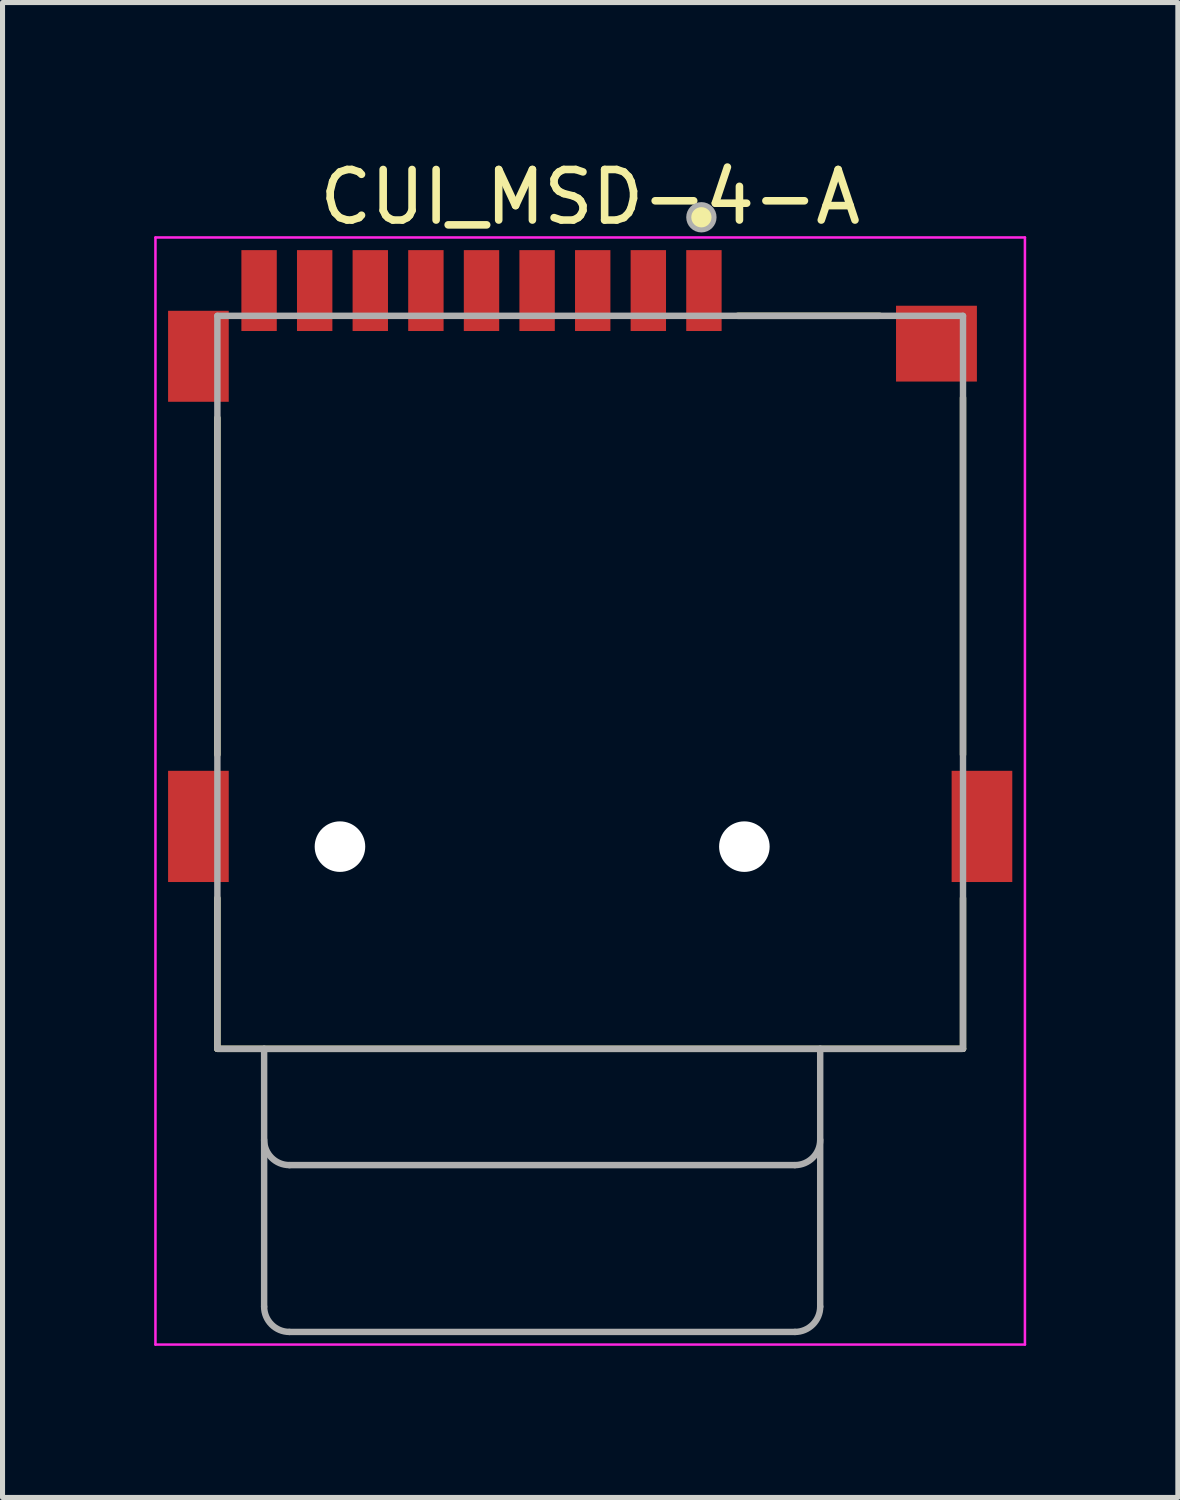
<source format=kicad_pcb>
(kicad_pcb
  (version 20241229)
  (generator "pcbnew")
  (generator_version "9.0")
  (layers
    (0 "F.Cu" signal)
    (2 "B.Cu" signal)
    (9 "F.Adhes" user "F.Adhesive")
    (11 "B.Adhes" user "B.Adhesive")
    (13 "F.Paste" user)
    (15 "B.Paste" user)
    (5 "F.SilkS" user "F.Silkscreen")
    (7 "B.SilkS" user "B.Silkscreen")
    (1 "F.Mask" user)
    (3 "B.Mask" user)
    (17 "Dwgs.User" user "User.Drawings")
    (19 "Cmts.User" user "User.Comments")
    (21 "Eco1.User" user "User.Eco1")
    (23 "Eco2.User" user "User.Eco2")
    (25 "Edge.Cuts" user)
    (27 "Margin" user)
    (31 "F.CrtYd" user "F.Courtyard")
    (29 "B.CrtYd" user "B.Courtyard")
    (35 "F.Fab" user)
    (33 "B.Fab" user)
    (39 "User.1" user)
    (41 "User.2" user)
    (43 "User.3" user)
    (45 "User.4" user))
  (footprint "CUI_MSD-4-A"
    (layer "F.Cu")
    (at 8.625 10.448)
    (property "Reference" "CUI_MSD-4-A" (at 0 -9.6 0) (layer "F.SilkS") (effects (font (size 1 1) (thickness 0.15))))
    (attr smd)
    (fp_line (start -7.375 -5.23) (end -7.375 1.43) (stroke (width 0.127) (type solid)) (layer "F.SilkS"))
    (fp_line (start -7.375 4.27) (end -7.375 7.25) (stroke (width 0.127) (type solid)) (layer "F.SilkS"))
    (fp_line (start -7.375 7.25) (end 7.375 7.25) (stroke (width 0.127) (type solid)) (layer "F.SilkS"))
    (fp_line (start 5.73 -7.25) (end 2.92 -7.25) (stroke (width 0.127) (type solid)) (layer "F.SilkS"))
    (fp_line (start 7.375 -5.63) (end 7.375 1.43) (stroke (width 0.127) (type solid)) (layer "F.SilkS"))
    (fp_line (start 7.375 4.27) (end 7.375 7.25) (stroke (width 0.127) (type solid)) (layer "F.SilkS"))
    (fp_circle (center 2.2 -9.2) (end 2.45 -9.2) (stroke (width 0) (type solid)) (fill yes) (layer "F.SilkS"))
    (fp_line (start -8.6 -8.8) (end 8.6 -8.8) (stroke (width 0.05) (type solid)) (layer "F.CrtYd"))
    (fp_line (start -8.6 13.1) (end -8.6 -8.8) (stroke (width 0.05) (type solid)) (layer "F.CrtYd"))
    (fp_line (start 8.6 -8.8) (end 8.6 13.1) (stroke (width 0.05) (type solid)) (layer "F.CrtYd"))
    (fp_line (start 8.6 13.1) (end -8.6 13.1) (stroke (width 0.05) (type solid)) (layer "F.CrtYd"))
    (fp_line (start -7.375 -7.25) (end -7.375 7.25) (stroke (width 0.127) (type solid)) (layer "F.Fab"))
    (fp_line (start -7.375 7.25) (end -6.45 7.25) (stroke (width 0.127) (type solid)) (layer "F.Fab"))
    (fp_line (start -6.45 7.25) (end -6.45 12.35) (stroke (width 0.127) (type solid)) (layer "F.Fab"))
    (fp_line (start -6.45 7.25) (end 4.55 7.25) (stroke (width 0.127) (type solid)) (layer "F.Fab"))
    (fp_line (start -5.95 9.55) (end 4.05 9.55) (stroke (width 0.127) (type solid)) (layer "F.Fab"))
    (fp_line (start -5.95 12.85) (end 4.05 12.85) (stroke (width 0.127) (type solid)) (layer "F.Fab"))
    (fp_line (start 4.55 7.25) (end 7.375 7.25) (stroke (width 0.127) (type solid)) (layer "F.Fab"))
    (fp_line (start 4.55 12.35) (end 4.55 7.25) (stroke (width 0.127) (type solid)) (layer "F.Fab"))
    (fp_line (start 7.375 -7.25) (end -7.375 -7.25) (stroke (width 0.127) (type solid)) (layer "F.Fab"))
    (fp_line (start 7.375 7.25) (end 7.375 -7.25) (stroke (width 0.127) (type solid)) (layer "F.Fab"))
    (fp_arc (start -5.95 9.55) (mid -6.303553 9.403553) (end -6.45 9.05) (stroke (width 0.127) (type solid)) (layer "F.Fab"))
    (fp_arc (start -5.95 12.85) (mid -6.303553 12.703553) (end -6.45 12.35) (stroke (width 0.127) (type solid)) (layer "F.Fab"))
    (fp_arc (start 4.55 9.05) (mid 4.403553 9.403553) (end 4.05 9.55) (stroke (width 0.127) (type solid)) (layer "F.Fab"))
    (fp_arc (start 4.55 12.35) (mid 4.403553 12.703553) (end 4.05 12.85) (stroke (width 0.127) (type solid)) (layer "F.Fab"))
    (fp_circle (center 2.2 -9.2) (end 2.45 -9.2) (stroke (width 0.1) (type solid)) (fill no) (layer "F.Fab"))
    (pad "" np_thru_hole circle (at -4.95 3.25) (size 1 1) (drill 1) (layers "*.Cu" "*.Mask"))
    (pad "" np_thru_hole circle (at 3.05 3.25) (size 1 1) (drill 1) (layers "*.Cu" "*.Mask"))
    (pad "1" smd rect (at 2.25 -7.75) (size 0.7 1.6) (layers "F.Cu" "F.Mask" "F.Paste"))
    (pad "2" smd rect (at 1.15 -7.75) (size 0.7 1.6) (layers "F.Cu" "F.Mask" "F.Paste"))
    (pad "3" smd rect (at 0.05 -7.75) (size 0.7 1.6) (layers "F.Cu" "F.Mask" "F.Paste"))
    (pad "4" smd rect (at -1.05 -7.75) (size 0.7 1.6) (layers "F.Cu" "F.Mask" "F.Paste"))
    (pad "5" smd rect (at -2.15 -7.75) (size 0.7 1.6) (layers "F.Cu" "F.Mask" "F.Paste"))
    (pad "6" smd rect (at -3.25 -7.75) (size 0.7 1.6) (layers "F.Cu" "F.Mask" "F.Paste"))
    (pad "7" smd rect (at -4.35 -7.75) (size 0.7 1.6) (layers "F.Cu" "F.Mask" "F.Paste"))
    (pad "8" smd rect (at -5.45 -7.75) (size 0.7 1.6) (layers "F.Cu" "F.Mask" "F.Paste"))
    (pad "9" smd rect (at -6.55 -7.75) (size 0.7 1.6) (layers "F.Cu" "F.Mask" "F.Paste"))
    (pad "10" smd rect (at -7.75 -6.45) (size 1.2 1.8) (layers "F.Cu" "F.Mask" "F.Paste"))
    (pad "10" smd rect (at -7.75 2.85) (size 1.2 2.2) (layers "F.Cu" "F.Mask" "F.Paste"))
    (pad "10" smd rect (at 6.85 -6.7) (size 1.6 1.5) (layers "F.Cu" "F.Mask" "F.Paste"))
    (pad "10" smd rect (at 7.75 2.85) (size 1.2 2.2) (layers "F.Cu" "F.Mask" "F.Paste")))
  (gr_rect
    (start -3 -3)
    (end 20.25 26.573)
    (stroke (width 0.1) (type default))
    (fill no)
    (layer "Edge.Cuts")))
</source>
